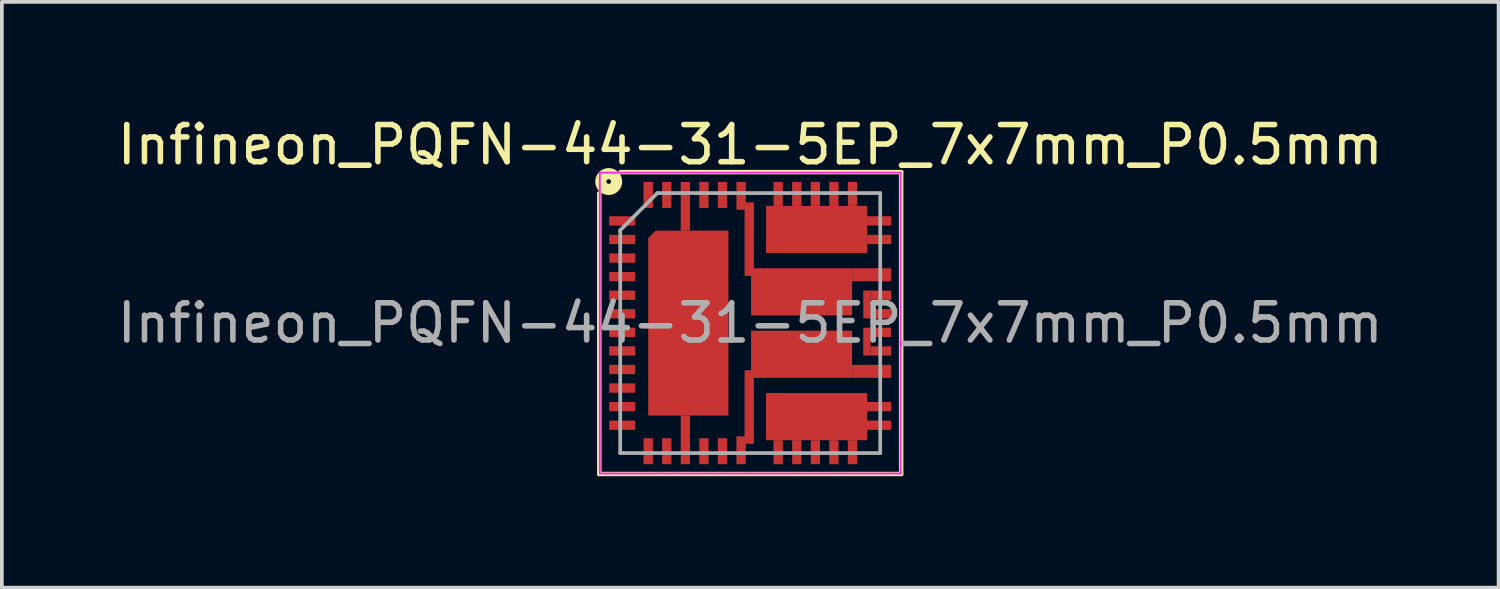
<source format=kicad_pcb>
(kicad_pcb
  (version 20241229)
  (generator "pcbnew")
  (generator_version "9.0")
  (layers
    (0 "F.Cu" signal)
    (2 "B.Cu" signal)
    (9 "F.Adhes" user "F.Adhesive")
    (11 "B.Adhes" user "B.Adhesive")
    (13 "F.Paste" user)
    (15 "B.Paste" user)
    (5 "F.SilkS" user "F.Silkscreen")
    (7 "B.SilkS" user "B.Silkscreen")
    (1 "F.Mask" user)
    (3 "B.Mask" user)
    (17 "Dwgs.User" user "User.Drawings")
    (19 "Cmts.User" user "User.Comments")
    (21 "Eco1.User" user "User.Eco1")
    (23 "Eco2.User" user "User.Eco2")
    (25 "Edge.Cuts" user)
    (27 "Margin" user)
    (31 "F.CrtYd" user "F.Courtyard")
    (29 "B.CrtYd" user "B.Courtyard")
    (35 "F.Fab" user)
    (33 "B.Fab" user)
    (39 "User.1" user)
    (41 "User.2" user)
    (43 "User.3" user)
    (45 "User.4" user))
  (footprint "Infineon_PQFN-44-31-5EP_7x7mm_P0.5mm"
    (layer "F.Cu")
    (at 17.149 5.648)
    (property "Reference" "Infineon_PQFN-44-31-5EP_7x7mm_P0.5mm" (at 0 -4.8 0) (layer "F.SilkS") (effects (font (size 1 1) (thickness 0.15))))
    (attr smd)
    (fp_line (start -4.064 4.064) (end -4.064 -3.493) (stroke (width 0.12) (type solid)) (layer "F.SilkS"))
    (fp_line (start -3.493 -4.064) (end 4.064 -4.064) (stroke (width 0.12) (type solid)) (layer "F.SilkS"))
    (fp_line (start 4.064 -4.064) (end 4.064 4.064) (stroke (width 0.12) (type solid)) (layer "F.SilkS"))
    (fp_line (start 4.064 4.064) (end -4.064 4.064) (stroke (width 0.12) (type solid)) (layer "F.SilkS"))
    (fp_circle (center -3.81 -3.81) (end -3.747 -3.81) (stroke (width 0.3) (type solid)) (fill no) (layer "F.SilkS"))
    (fp_line (start -4.05 -4.05) (end -4.05 4.05) (stroke (width 0.05) (type solid)) (layer "F.CrtYd"))
    (fp_line (start -4.05 4.05) (end 4.05 4.05) (stroke (width 0.05) (type solid)) (layer "F.CrtYd"))
    (fp_line (start 4.05 -4.05) (end -4.05 -4.05) (stroke (width 0.05) (type solid)) (layer "F.CrtYd"))
    (fp_line (start 4.05 4.05) (end 4.05 -4.05) (stroke (width 0.05) (type solid)) (layer "F.CrtYd"))
    (fp_line (start -3.5 3.5) (end -3.5 -2.5) (stroke (width 0.1) (type solid)) (layer "F.Fab"))
    (fp_line (start -2.5 -3.5) (end -3.5 -2.5) (stroke (width 0.1) (type solid)) (layer "F.Fab"))
    (fp_line (start -2.5 -3.5) (end 3.5 -3.5) (stroke (width 0.1) (type solid)) (layer "F.Fab"))
    (fp_line (start 3.5 -3.5) (end 3.5 3.5) (stroke (width 0.1) (type solid)) (layer "F.Fab"))
    (fp_line (start 3.5 3.5) (end -3.5 3.5) (stroke (width 0.1) (type solid)) (layer "F.Fab"))
    (fp_text user "${REFERENCE}" (at 0 0 0) (layer "F.Fab") (effects (font (size 1 1) (thickness 0.15))))
    (pad "" smd rect (at -3.321 -2.75) (size 0.39 0.22) (layers "F.Paste"))
    (pad "" smd rect (at -3.321 -2.25) (size 0.39 0.22) (layers "F.Paste"))
    (pad "" smd rect (at -3.321 -1.75) (size 0.39 0.22) (layers "F.Paste"))
    (pad "" smd rect (at -3.321 -1.25) (size 0.39 0.22) (layers "F.Paste"))
    (pad "" smd rect (at -3.321 -0.75) (size 0.39 0.22) (layers "F.Paste"))
    (pad "" smd rect (at -3.321 -0.25) (size 0.39 0.22) (layers "F.Paste"))
    (pad "" smd rect (at -3.321 0.25) (size 0.39 0.22) (layers "F.Paste"))
    (pad "" smd rect (at -3.321 0.75) (size 0.39 0.22) (layers "F.Paste"))
    (pad "" smd rect (at -3.321 1.25) (size 0.39 0.22) (layers "F.Paste"))
    (pad "" smd rect (at -3.321 1.75) (size 0.39 0.22) (layers "F.Paste"))
    (pad "" smd rect (at -3.321 2.25) (size 0.39 0.22) (layers "F.Paste"))
    (pad "" smd rect (at -3.321 2.75) (size 0.39 0.22) (layers "F.Paste"))
    (pad "" smd rect (at -2.747 -3.325) (size 0.22 0.39) (layers "F.Paste"))
    (pad "" smd rect (at -2.747 3.325) (size 0.22 0.39) (layers "F.Paste"))
    (pad "" smd rect (at -2.247 -3.325) (size 0.22 0.39) (layers "F.Paste"))
    (pad "" smd rect (at -2.247 3.325) (size 0.22 0.39) (layers "F.Paste"))
    (pad "" smd rect (at -2.207 -1.76) (size 0.77 0.93) (layers "F.Mask" "F.Paste"))
    (pad "" smd rect (at -2.207 -0.52) (size 0.77 0.93) (layers "F.Mask" "F.Paste"))
    (pad "" smd rect (at -2.207 0.72) (size 0.77 0.93) (layers "F.Mask" "F.Paste"))
    (pad "" smd rect (at -2.207 1.96) (size 0.77 0.93) (layers "F.Mask" "F.Paste"))
    (pad "" smd rect (at -1.746 -3.015) (size 0.23 1.01) (layers "F.Paste"))
    (pad "" smd rect (at -1.746 3.015) (size 0.23 1.01) (layers "F.Paste"))
    (pad "" smd rect (at -1.246 -3.325) (size 0.22 0.39) (layers "F.Paste"))
    (pad "" smd rect (at -1.246 3.325) (size 0.22 0.39) (layers "F.Paste"))
    (pad "" smd rect (at -1.127 -1.76) (size 0.77 0.93) (layers "F.Mask" "F.Paste"))
    (pad "" smd rect (at -1.127 -0.52) (size 0.77 0.93) (layers "F.Mask" "F.Paste"))
    (pad "" smd rect (at -1.127 0.72) (size 0.77 0.93) (layers "F.Mask" "F.Paste"))
    (pad "" smd rect (at -1.127 1.96) (size 0.77 0.93) (layers "F.Mask" "F.Paste"))
    (pad "" smd rect (at -0.747 -3.325) (size 0.22 0.39) (layers "F.Paste"))
    (pad "" smd rect (at -0.747 3.325) (size 0.22 0.39) (layers "F.Paste"))
    (pad "" smd rect (at -0.246 -3.28) (size 0.23 0.44) (layers "F.Paste"))
    (pad "" smd rect (at -0.246 3.28) (size 0.23 0.44) (layers "F.Paste"))
    (pad "" smd rect (at -0.026 -3.07) (size 0.21 0.34) (layers "F.Paste"))
    (pad "" smd rect (at -0.026 -2.37) (size 0.21 0.34) (layers "F.Paste"))
    (pad "" smd rect (at -0.026 -1.67) (size 0.21 0.34) (layers "F.Paste"))
    (pad "" smd rect (at -0.026 1.67) (size 0.21 0.34) (layers "F.Paste"))
    (pad "" smd rect (at -0.026 2.37) (size 0.21 0.34) (layers "F.Paste"))
    (pad "" smd rect (at -0.026 3.07) (size 0.21 0.34) (layers "F.Paste"))
    (pad "" smd rect (at 0.473 -0.84) (size 0.68 0.9) (layers "F.Mask" "F.Paste"))
    (pad "" smd rect (at 0.473 0.84) (size 0.68 0.9) (layers "F.Mask" "F.Paste"))
    (pad "" smd rect (at 0.753 -3.325) (size 0.22 0.35) (layers "F.Mask" "F.Paste"))
    (pad "" smd rect (at 0.753 3.325) (size 0.22 0.35) (layers "F.Mask" "F.Paste"))
    (pad "" smd rect (at 0.876 -2.515) (size 0.65 0.9) (layers "F.Mask" "F.Paste"))
    (pad "" smd rect (at 0.876 2.515) (size 0.65 0.9) (layers "F.Mask" "F.Paste"))
    (pad "" smd rect (at 1.254 -3.325) (size 0.22 0.35) (layers "F.Mask" "F.Paste"))
    (pad "" smd rect (at 1.254 3.325) (size 0.22 0.35) (layers "F.Mask" "F.Paste"))
    (pad "" smd rect (at 1.383 -0.84) (size 0.68 0.9) (layers "F.Mask" "F.Paste"))
    (pad "" smd rect (at 1.383 0.84) (size 0.68 0.9) (layers "F.Mask" "F.Paste"))
    (pad "" smd rect (at 1.754 -3.325) (size 0.22 0.35) (layers "F.Mask" "F.Paste"))
    (pad "" smd rect (at 1.754 3.325) (size 0.22 0.35) (layers "F.Mask" "F.Paste"))
    (pad "" smd rect (at 1.786 -2.515) (size 0.65 0.9) (layers "F.Mask" "F.Paste"))
    (pad "" smd rect (at 1.786 2.515) (size 0.65 0.9) (layers "F.Mask" "F.Paste"))
    (pad "" smd rect (at 2.253 -3.325) (size 0.22 0.35) (layers "F.Mask" "F.Paste"))
    (pad "" smd rect (at 2.253 3.325) (size 0.22 0.35) (layers "F.Mask" "F.Paste"))
    (pad "" smd rect (at 2.293 -0.84) (size 0.68 0.9) (layers "F.Mask" "F.Paste"))
    (pad "" smd rect (at 2.293 0.84) (size 0.68 0.9) (layers "F.Mask" "F.Paste"))
    (pad "" smd rect (at 2.696 -2.515) (size 0.65 0.9) (layers "F.Mask" "F.Paste"))
    (pad "" smd rect (at 2.696 2.515) (size 0.65 0.9) (layers "F.Mask" "F.Paste"))
    (pad "" smd rect (at 2.753 -3.325) (size 0.22 0.35) (layers "F.Mask" "F.Paste"))
    (pad "" smd rect (at 2.753 3.325) (size 0.22 0.35) (layers "F.Mask" "F.Paste"))
    (pad "" smd rect (at 3.163 -1.3) (size 0.68 0.22) (layers "F.Mask" "F.Paste"))
    (pad "" smd rect (at 3.163 1.3) (size 0.68 0.22) (layers "F.Mask" "F.Paste"))
    (pad "" smd rect (at 3.284 -0.75) (size 0.44 0.22) (layers "F.Mask" "F.Paste"))
    (pad "" smd rect (at 3.284 -0.25) (size 0.44 0.22) (layers "F.Mask" "F.Paste"))
    (pad "" smd rect (at 3.284 0.25) (size 0.44 0.22) (layers "F.Mask" "F.Paste"))
    (pad "" smd rect (at 3.284 0.75) (size 0.44 0.22) (layers "F.Mask" "F.Paste"))
    (pad "" smd rect (at 3.364 -2.75) (size 0.28 0.22) (layers "F.Mask" "F.Paste"))
    (pad "" smd rect (at 3.364 -2.25) (size 0.28 0.22) (layers "F.Mask" "F.Paste"))
    (pad "" smd rect (at 3.364 2.25) (size 0.28 0.22) (layers "F.Mask" "F.Paste"))
    (pad "" smd rect (at 3.364 2.75) (size 0.28 0.22) (layers "F.Mask" "F.Paste"))
    (pad "1" smd rect (at -3.446 -2.75) (size 0.7 0.25) (layers "F.Cu" "F.Mask"))
    (pad "2" smd rect (at -3.446 -2.25) (size 0.7 0.25) (layers "F.Cu" "F.Mask"))
    (pad "3" smd rect (at -3.446 -1.75) (size 0.7 0.25) (layers "F.Cu" "F.Mask"))
    (pad "4" smd rect (at -3.446 -1.25) (size 0.7 0.25) (layers "F.Cu" "F.Mask"))
    (pad "5" smd rect (at -3.446 -0.75) (size 0.7 0.25) (layers "F.Cu" "F.Mask"))
    (pad "6" smd rect (at -3.446 -0.25) (size 0.7 0.25) (layers "F.Cu" "F.Mask"))
    (pad "7" smd rect (at -3.446 0.25) (size 0.7 0.25) (layers "F.Cu" "F.Mask"))
    (pad "8" smd rect (at -3.446 0.75) (size 0.7 0.25) (layers "F.Cu" "F.Mask"))
    (pad "9" smd rect (at -3.446 1.25) (size 0.7 0.25) (layers "F.Cu" "F.Mask"))
    (pad "10" smd rect (at -3.446 1.75) (size 0.7 0.25) (layers "F.Cu" "F.Mask"))
    (pad "11" smd rect (at -3.446 2.25) (size 0.7 0.25) (layers "F.Cu" "F.Mask"))
    (pad "12" smd rect (at -3.446 2.75) (size 0.7 0.25) (layers "F.Cu" "F.Mask"))
    (pad "13" smd rect (at -2.747 3.45) (size 0.25 0.7) (layers "F.Cu" "F.Mask"))
    (pad "14" smd rect (at -2.247 3.45) (size 0.25 0.7) (layers "F.Cu" "F.Mask"))
    (pad "16" smd rect (at -1.246 3.45) (size 0.25 0.7) (layers "F.Cu" "F.Mask"))
    (pad "17" smd rect (at -0.747 3.45) (size 0.25 0.7) (layers "F.Cu" "F.Mask"))
    (pad "19" smd rect (at 0.753 3.478) (size 0.25 0.645) (layers "F.Cu" "F.Mask"))
    (pad "19" smd rect (at 1.254 3.478) (size 0.25 0.645) (layers "F.Cu" "F.Mask"))
    (pad "19" smd rect (at 1.754 3.478) (size 0.25 0.645) (layers "F.Cu" "F.Mask"))
    (pad "19" smd rect (at 1.784 2.52) (size 2.72 1.27) (layers "F.Cu" "F.Mask"))
    (pad "19" smd rect (at 2.253 3.478) (size 0.25 0.645) (layers "F.Cu" "F.Mask"))
    (pad "19" smd rect (at 2.753 3.478) (size 0.25 0.645) (layers "F.Cu" "F.Mask"))
    (pad "19" smd rect (at 3.469 2.25) (size 0.65 0.25) (layers "F.Cu" "F.Mask"))
    (pad "19" smd rect (at 3.469 2.75) (size 0.65 0.25) (layers "F.Cu" "F.Mask"))
    (pad "20" smd rect (at -0.246 3.425) (size 0.25 0.75) (layers "F.Cu" "F.Mask"))
    (pad "20" smd rect (at -0.026 2.26) (size 0.25 1.98) (layers "F.Cu" "F.Mask"))
    (pad "20" smd rect (at 1.383 0.84) (size 2.72 1.27) (layers "F.Cu" "F.Mask"))
    (pad "20" smd rect (at 3.268 1.3) (size 1.05 0.35) (layers "F.Cu" "F.Mask"))
    (pad "21" smd rect (at 3.143 0.5) (size 0.2 0.75) (layers "F.Cu" "F.Mask"))
    (pad "21" smd rect (at 3.518 0.25) (size 0.55 0.25) (layers "F.Cu" "F.Mask"))
    (pad "21" smd rect (at 3.518 0.75) (size 0.55 0.25) (layers "F.Cu" "F.Mask"))
    (pad "22" smd rect (at 3.143 -0.5) (size 0.2 0.75) (layers "F.Cu" "F.Mask"))
    (pad "22" smd rect (at 3.518 -0.75) (size 0.55 0.25) (layers "F.Cu" "F.Mask"))
    (pad "22" smd rect (at 3.518 -0.25) (size 0.55 0.25) (layers "F.Cu" "F.Mask"))
    (pad "23" smd rect (at -0.246 -3.425) (size 0.25 0.75) (layers "F.Cu" "F.Mask"))
    (pad "23" smd rect (at -0.026 -2.26) (size 0.25 1.98) (layers "F.Cu" "F.Mask"))
    (pad "23" smd rect (at 1.383 -0.84) (size 2.72 1.27) (layers "F.Cu" "F.Mask"))
    (pad "23" smd rect (at 3.268 -1.3) (size 1.05 0.35) (layers "F.Cu" "F.Mask"))
    (pad "24" smd rect (at 0.753 -3.478) (size 0.25 0.645) (layers "F.Cu" "F.Mask"))
    (pad "24" smd rect (at 1.254 -3.478) (size 0.25 0.645) (layers "F.Cu" "F.Mask"))
    (pad "24" smd rect (at 1.754 -3.478) (size 0.25 0.645) (layers "F.Cu" "F.Mask"))
    (pad "24" smd rect (at 1.786 -2.52) (size 2.72 1.27) (layers "F.Cu" "F.Mask"))
    (pad "24" smd rect (at 2.253 -3.478) (size 0.25 0.645) (layers "F.Cu" "F.Mask"))
    (pad "24" smd rect (at 2.753 -3.478) (size 0.25 0.645) (layers "F.Cu" "F.Mask"))
    (pad "24" smd rect (at 3.471 -2.75) (size 0.65 0.25) (layers "F.Cu" "F.Mask"))
    (pad "24" smd rect (at 3.471 -2.25) (size 0.65 0.25) (layers "F.Cu" "F.Mask"))
    (pad "26" smd rect (at -0.747 -3.45) (size 0.25 0.7) (layers "F.Cu" "F.Mask"))
    (pad "27" smd rect (at -1.246 -3.45) (size 0.25 0.7) (layers "F.Cu" "F.Mask"))
    (pad "29" smd rect (at -2.247 -3.45) (size 0.25 0.7) (layers "F.Cu" "F.Mask"))
    (pad "30" smd rect (at -2.747 -3.45) (size 0.25 0.7) (layers "F.Cu" "F.Mask"))
    (pad "31" smd rect (at -2.546 -2.29 45) (size 0.283 0.283) (layers "F.Cu" "F.Mask"))
    (pad "31" smd rect (at -1.746 -3.145) (size 0.25 1.31) (layers "F.Cu" "F.Mask"))
    (pad "31" smd rect (at -1.746 3.145) (size 0.25 1.31) (layers "F.Cu" "F.Mask"))
    (pad "31" smd rect (at -1.667 0.1) (size 2.16 4.78) (layers "F.Cu" "F.Mask"))
    (pad "31" smd rect (at -1.567 -2.39) (size 1.96 0.2) (layers "F.Cu" "F.Mask")))
  (gr_rect
    (start -3 -3)
    (end 37.298 12.772)
    (stroke (width 0.1) (type default))
    (fill no)
    (layer "Edge.Cuts")))
</source>
